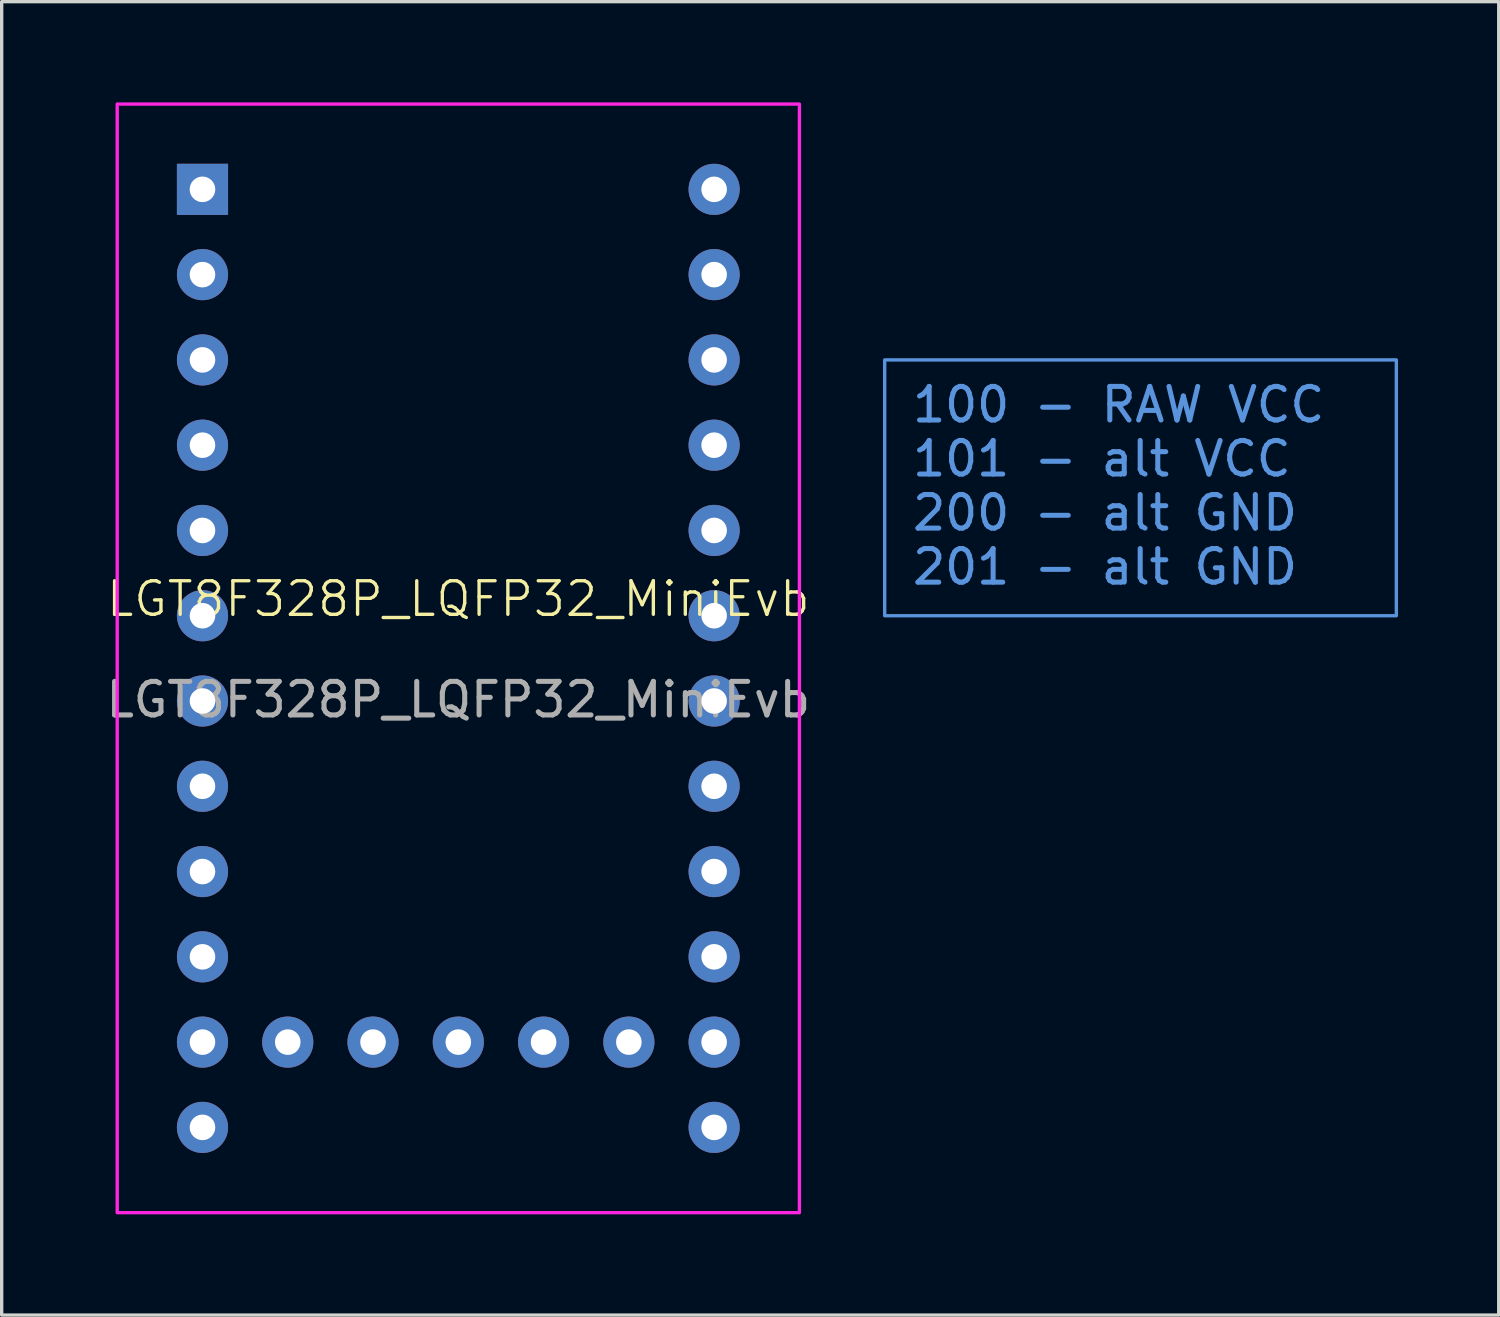
<source format=kicad_pcb>
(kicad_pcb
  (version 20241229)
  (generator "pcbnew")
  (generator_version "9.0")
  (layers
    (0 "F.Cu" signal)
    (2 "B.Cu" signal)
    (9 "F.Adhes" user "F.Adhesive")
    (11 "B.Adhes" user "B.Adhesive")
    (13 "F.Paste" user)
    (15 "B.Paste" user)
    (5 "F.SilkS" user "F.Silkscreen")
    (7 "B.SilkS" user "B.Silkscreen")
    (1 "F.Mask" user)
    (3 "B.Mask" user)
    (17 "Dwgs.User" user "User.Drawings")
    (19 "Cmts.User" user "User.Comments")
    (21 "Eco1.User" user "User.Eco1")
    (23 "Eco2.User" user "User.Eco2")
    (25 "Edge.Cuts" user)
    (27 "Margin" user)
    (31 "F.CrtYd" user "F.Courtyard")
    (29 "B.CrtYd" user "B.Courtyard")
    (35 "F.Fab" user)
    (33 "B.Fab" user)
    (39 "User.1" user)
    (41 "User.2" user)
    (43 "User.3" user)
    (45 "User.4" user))
  (footprint "LGT8F328P_LQFP32_MiniEvb"
    (layer "F.Cu")
    (at 10.601 15.29)
    (property "Reference" "LGT8F328P_LQFP32_MiniEvb" (at 0 -0.5 0) (unlocked yes) (layer "F.SilkS") (effects (font (size 1 1) (thickness 0.1))))
    (attr through_hole)
    (fp_rect (start -10.16 -15.24) (end 10.16 17.78) (stroke (width 0.1) (type default)) (fill no) (layer "F.CrtYd"))
    (fp_text user "${REFERENCE}" (at 0 2.5 0) (unlocked yes) (layer "F.Fab") (effects (font (size 1 1) (thickness 0.15))))
    (fp_text_box "100 - RAW VCC\n101 - alt VCC\n200 - alt GND\n201 - alt GND" (start 12.7 -7.62) (end 27.94 0) (margins 0.8 0.8 0.8 0.8) (layer "Cmts.User") (effects (font (size 1 1) (thickness 0.15)) (justify left top)) (border yes) (stroke (width 0.1) (type solid)))
    (pad "1" thru_hole circle (at -7.62 0) (size 1.524 1.524) (drill 0.762) (layers "*.Cu" "*.Mask"))
    (pad "2" thru_hole circle (at -7.62 2.54) (size 1.524 1.524) (drill 0.762) (layers "*.Cu" "*.Mask"))
    (pad "4" thru_hole circle (at 7.62 -5.08) (size 1.524 1.524) (drill 0.762) (layers "*.Cu" "*.Mask"))
    (pad "5" thru_hole circle (at -7.62 -5.08) (size 1.524 1.524) (drill 0.762) (layers "*.Cu" "*.Mask"))
    (pad "9" thru_hole circle (at -7.62 5.08) (size 1.524 1.524) (drill 0.762) (layers "*.Cu" "*.Mask"))
    (pad "10" thru_hole circle (at -7.62 7.62) (size 1.524 1.524) (drill 0.762) (layers "*.Cu" "*.Mask"))
    (pad "11" thru_hole circle (at -7.62 10.16) (size 1.524 1.524) (drill 0.762) (layers "*.Cu" "*.Mask"))
    (pad "12" thru_hole circle (at -7.62 12.7) (size 1.524 1.524) (drill 0.762) (layers "*.Cu" "*.Mask"))
    (pad "13" thru_hole circle (at -7.62 15.24) (size 1.524 1.524) (drill 0.762) (layers "*.Cu" "*.Mask"))
    (pad "14" thru_hole circle (at 7.62 15.24) (size 1.524 1.524) (drill 0.762) (layers "*.Cu" "*.Mask"))
    (pad "15" thru_hole circle (at 7.62 12.7) (size 1.524 1.524) (drill 0.762) (layers "*.Cu" "*.Mask"))
    (pad "16" thru_hole circle (at 7.62 10.16) (size 1.524 1.524) (drill 0.762) (layers "*.Cu" "*.Mask"))
    (pad "17" thru_hole circle (at 7.62 7.62) (size 1.524 1.524) (drill 0.762) (layers "*.Cu" "*.Mask"))
    (pad "18" thru_hole circle (at -5.08 12.7) (size 1.524 1.524) (drill 0.762) (layers "*.Cu" "*.Mask"))
    (pad "21" thru_hole circle (at 0 12.7) (size 1.524 1.524) (drill 0.762) (layers "*.Cu" "*.Mask"))
    (pad "23" thru_hole circle (at 7.62 5.08) (size 1.524 1.524) (drill 0.762) (layers "*.Cu" "*.Mask"))
    (pad "24" thru_hole circle (at 7.62 2.54) (size 1.524 1.524) (drill 0.762) (layers "*.Cu" "*.Mask"))
    (pad "25" thru_hole circle (at 7.62 0) (size 1.524 1.524) (drill 0.762) (layers "*.Cu" "*.Mask"))
    (pad "26" thru_hole circle (at 7.62 -2.54) (size 1.524 1.524) (drill 0.762) (layers "*.Cu" "*.Mask"))
    (pad "29" thru_hole circle (at -7.62 -7.62) (size 1.524 1.524) (drill 0.762) (layers "*.Cu" "*.Mask"))
    (pad "29" thru_hole circle (at -2.54 12.7) (size 1.524 1.524) (drill 0.762) (layers "*.Cu" "*.Mask"))
    (pad "29" thru_hole circle (at 7.62 -7.62) (size 1.524 1.524) (drill 0.762) (layers "*.Cu" "*.Mask"))
    (pad "30" thru_hole circle (at -7.62 -10.16) (size 1.524 1.524) (drill 0.762) (layers "*.Cu" "*.Mask"))
    (pad "31" thru_hole rect (at -7.62 -12.7) (size 1.524 1.524) (drill 0.762) (layers "*.Cu" "*.Mask"))
    (pad "32" thru_hole circle (at -7.62 -2.54) (size 1.524 1.524) (drill 0.762) (layers "*.Cu" "*.Mask"))
    (pad "100" thru_hole circle (at 7.62 -12.7) (size 1.524 1.524) (drill 0.762) (layers "*.Cu" "*.Mask"))
    (pad "101" thru_hole circle (at 2.54 12.7) (size 1.524 1.524) (drill 0.762) (layers "*.Cu" "*.Mask"))
    (pad "200" thru_hole circle (at 5.08 12.7) (size 1.524 1.524) (drill 0.762) (layers "*.Cu" "*.Mask"))
    (pad "201" thru_hole circle (at 7.62 -10.16) (size 1.524 1.524) (drill 0.762) (layers "*.Cu" "*.Mask")))
  (gr_rect
    (start -3 -3)
    (end 41.591 36.12)
    (stroke (width 0.1) (type default))
    (fill no)
    (layer "Edge.Cuts")))
</source>
